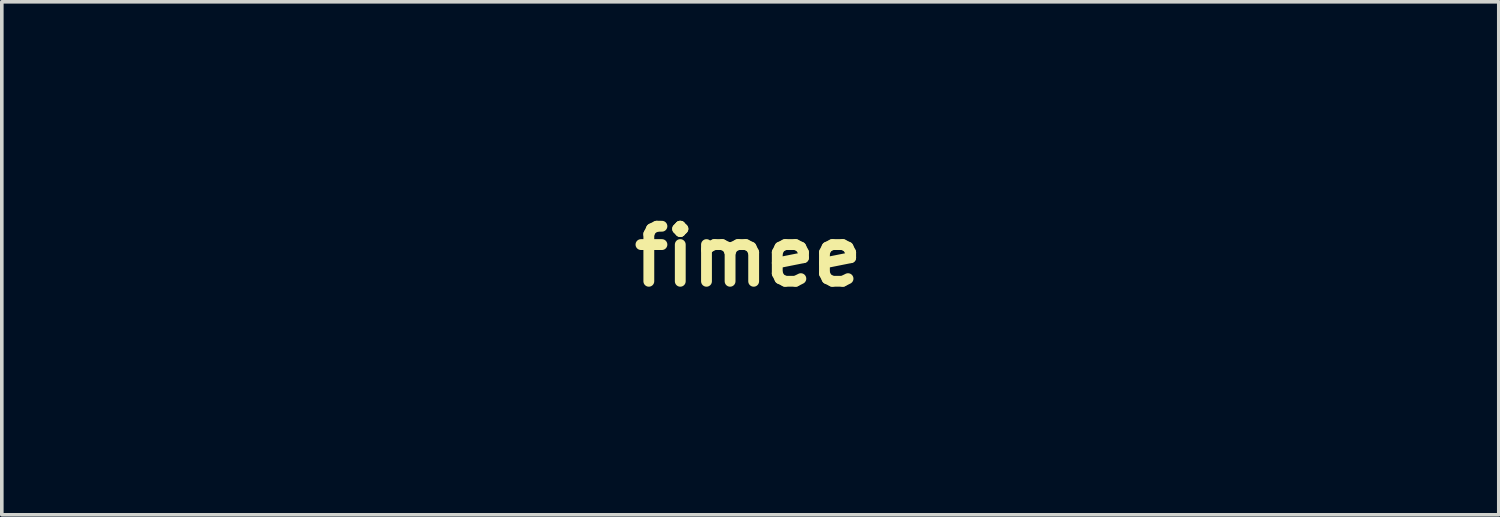
<source format=kicad_pcb>
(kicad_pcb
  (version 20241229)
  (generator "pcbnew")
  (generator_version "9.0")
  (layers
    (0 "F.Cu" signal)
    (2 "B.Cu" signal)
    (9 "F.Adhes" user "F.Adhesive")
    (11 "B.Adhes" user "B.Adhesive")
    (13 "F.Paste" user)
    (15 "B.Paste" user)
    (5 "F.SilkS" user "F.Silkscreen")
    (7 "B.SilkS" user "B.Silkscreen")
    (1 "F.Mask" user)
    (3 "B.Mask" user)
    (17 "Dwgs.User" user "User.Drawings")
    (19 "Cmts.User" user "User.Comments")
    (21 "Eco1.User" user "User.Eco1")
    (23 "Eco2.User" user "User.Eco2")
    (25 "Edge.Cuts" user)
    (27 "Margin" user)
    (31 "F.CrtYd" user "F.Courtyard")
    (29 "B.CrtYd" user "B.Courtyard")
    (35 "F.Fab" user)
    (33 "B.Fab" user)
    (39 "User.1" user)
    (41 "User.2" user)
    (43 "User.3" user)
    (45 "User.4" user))
  (footprint "fimee"
    (layer "F.Cu")
    (at 17.671 4.048)
    (property "Reference" "fimee" (at 0 0 0) (layer "F.SilkS") (effects (font (size 1.524 1.524) (thickness 0.3))))
    (attr through_hole)
    (fp_poly (pts (xy -15.071 2.667) (xy -15.113 2.709) (xy -15.155 2.667) (xy -15.113 2.625) (xy -15.071 2.667)) (stroke (width 0.01) (type solid)) (fill yes) (layer "F.Mask"))
    (fp_poly (pts (xy -13.801 3.683) (xy -13.843 3.725) (xy -13.885 3.683) (xy -13.843 3.641) (xy -13.801 3.683)) (stroke (width 0.01) (type solid)) (fill yes) (layer "F.Mask"))
    (fp_poly (pts (xy -10.668 -3.514) (xy -10.71 -3.471) (xy -10.753 -3.514) (xy -10.71 -3.556) (xy -10.668 -3.514)) (stroke (width 0.01) (type solid)) (fill yes) (layer "F.Mask"))
    (fp_poly (pts (xy -9.737 -3.683) (xy -9.779 -3.641) (xy -9.821 -3.683) (xy -9.779 -3.725) (xy -9.737 -3.683)) (stroke (width 0.01) (type solid)) (fill yes) (layer "F.Mask"))
    (fp_poly (pts (xy -8.297 4.106) (xy -8.34 4.149) (xy -8.382 4.106) (xy -8.34 4.064) (xy -8.297 4.106)) (stroke (width 0.01) (type solid)) (fill yes) (layer "F.Mask"))
    (fp_poly (pts (xy -5.588 -2.328) (xy -5.63 -2.286) (xy -5.673 -2.328) (xy -5.63 -2.371) (xy -5.588 -2.328)) (stroke (width 0.01) (type solid)) (fill yes) (layer "F.Mask"))
    (fp_poly (pts (xy -5.673 3.382) (xy -5.927 3.514) (xy -6.181 3.645) (xy -6.181 0.593) (xy -5.673 0.593) (xy -5.673 3.382)) (stroke (width 0.01) (type solid)) (fill yes) (layer "F.Mask"))
    (fp_poly (pts (xy -12.051 3.923) (xy -12.063 3.973) (xy -12.107 3.979) (xy -12.177 3.948) (xy -12.164 3.923) (xy -12.063 3.913) (xy -12.051 3.923)) (stroke (width 0.01) (type solid)) (fill yes) (layer "F.Mask"))
    (fp_poly (pts (xy -6.04 -2.427) (xy -6.029 -2.327) (xy -6.04 -2.314) (xy -6.09 -2.326) (xy -6.096 -2.371) (xy -6.065 -2.44) (xy -6.04 -2.427)) (stroke (width 0.01) (type solid)) (fill yes) (layer "F.Mask"))
    (fp_poly (pts (xy -5.532 -2.173) (xy -5.521 -2.073) (xy -5.532 -2.06) (xy -5.582 -2.072) (xy -5.588 -2.117) (xy -5.557 -2.186) (xy -5.532 -2.173)) (stroke (width 0.01) (type solid)) (fill yes) (layer "F.Mask"))
    (fp_poly (pts (xy -11.727 3.811) (xy -11.817 3.881) (xy -11.915 3.893) (xy -11.938 3.861) (xy -11.872 3.807) (xy -11.807 3.778) (xy -11.719 3.772) (xy -11.727 3.811)) (stroke (width 0.01) (type solid)) (fill yes) (layer "F.Mask"))
    (fp_poly (pts (xy -11.028 -3.691) (xy -10.868 -3.541) (xy -10.845 -3.476) (xy -10.867 -3.471) (xy -10.936 -3.528) (xy -11.057 -3.662) (xy -11.218 -3.852) (xy -11.028 -3.691)) (stroke (width 0.01) (type solid)) (fill yes) (layer "F.Mask"))
    (fp_poly (pts (xy -10.239 -3.341) (xy -10.165 -3.271) (xy -10.252 -3.246) (xy -10.283 -3.246) (xy -10.368 -3.283) (xy -10.362 -3.317) (xy -10.264 -3.352) (xy -10.239 -3.341)) (stroke (width 0.01) (type solid)) (fill yes) (layer "F.Mask"))
    (fp_poly (pts (xy -10.198 -2.822) (xy -10.212 -2.756) (xy -10.281 -2.637) (xy -10.325 -2.657) (xy -10.329 -2.704) (xy -10.268 -2.819) (xy -10.246 -2.836) (xy -10.198 -2.822)) (stroke (width 0.01) (type solid)) (fill yes) (layer "F.Mask"))
    (fp_poly (pts (xy -6.363 -3.014) (xy -6.272 -2.929) (xy -6.291 -2.879) (xy -6.303 -2.879) (xy -6.374 -2.939) (xy -6.4 -2.976) (xy -6.41 -3.034) (xy -6.363 -3.014)) (stroke (width 0.01) (type solid)) (fill yes) (layer "F.Mask"))
    (fp_poly (pts (xy -6.181 -2.743) (xy -6.17 -2.732) (xy -6.103 -2.621) (xy -6.112 -2.58) (xy -6.175 -2.606) (xy -6.218 -2.685) (xy -6.243 -2.783) (xy -6.181 -2.743)) (stroke (width 0.01) (type solid)) (fill yes) (layer "F.Mask"))
    (fp_poly (pts (xy -5.77 -2.167) (xy -5.68 -2.082) (xy -5.698 -2.033) (xy -5.71 -2.032) (xy -5.782 -2.092) (xy -5.808 -2.13) (xy -5.818 -2.188) (xy -5.77 -2.167)) (stroke (width 0.01) (type solid)) (fill yes) (layer "F.Mask"))
    (fp_poly (pts (xy -5.432 -1.913) (xy -5.341 -1.828) (xy -5.36 -1.779) (xy -5.371 -1.778) (xy -5.443 -1.838) (xy -5.469 -1.876) (xy -5.479 -1.934) (xy -5.432 -1.913)) (stroke (width 0.01) (type solid)) (fill yes) (layer "F.Mask"))
    (fp_poly (pts (xy -13.789 3.855) (xy -13.716 3.895) (xy -13.648 3.962) (xy -13.674 3.977) (xy -13.813 3.935) (xy -13.885 3.895) (xy -13.953 3.828) (xy -13.928 3.813) (xy -13.789 3.855)) (stroke (width 0.01) (type solid)) (fill yes) (layer "F.Mask"))
    (fp_poly (pts (xy -13.185 4.008) (xy -13.182 4.036) (xy -13.315 4.048) (xy -13.335 4.047) (xy -13.466 4.035) (xy -13.454 4.01) (xy -13.439 4.005) (xy -13.255 3.993) (xy -13.185 4.008)) (stroke (width 0.01) (type solid)) (fill yes) (layer "F.Mask"))
    (fp_poly (pts (xy -12.339 4.008) (xy -12.336 4.036) (xy -12.468 4.048) (xy -12.488 4.047) (xy -12.62 4.035) (xy -12.607 4.01) (xy -12.593 4.005) (xy -12.408 3.993) (xy -12.339 4.008)) (stroke (width 0.01) (type solid)) (fill yes) (layer "F.Mask"))
    (fp_poly (pts (xy -10.438 1.122) (xy -10.424 1.395) (xy -10.438 1.587) (xy -10.456 1.64) (xy -10.469 1.544) (xy -10.473 1.355) (xy -10.468 1.146) (xy -10.454 1.067) (xy -10.438 1.122)) (stroke (width 0.01) (type solid)) (fill yes) (layer "F.Mask"))
    (fp_poly (pts (xy -5.376 -1.714) (xy -5.218 -1.673) (xy -5.165 -1.641) (xy -5.237 -1.617) (xy -5.376 -1.609) (xy -5.536 -1.634) (xy -5.588 -1.682) (xy -5.518 -1.722) (xy -5.376 -1.714)) (stroke (width 0.01) (type solid)) (fill yes) (layer "F.Mask"))
    (fp_poly (pts (xy -10.69 -3.303) (xy -10.648 -3.236) (xy -10.55 -3.108) (xy -10.491 -3.084) (xy -10.458 -3.049) (xy -10.45 -2.959) (xy -10.482 -2.814) (xy -10.551 -2.824) (xy -10.606 -2.942) (xy -10.671 -3.151) (xy -10.707 -3.26) (xy -10.732 -3.353) (xy -10.69 -3.303)) (stroke (width 0.01) (type solid)) (fill yes) (layer "F.Mask"))
    (fp_poly (pts (xy -13.209 3.782) (xy -13.166 3.785) (xy -12.791 3.813) (xy -12.568 3.839) (xy -12.5 3.86) (xy -12.592 3.875) (xy -12.847 3.882) (xy -12.912 3.882) (xy -13.216 3.871) (xy -13.472 3.843) (xy -13.589 3.814) (xy -13.603 3.785) (xy -13.469 3.774) (xy -13.209 3.782)) (stroke (width 0.01) (type solid)) (fill yes) (layer "F.Mask"))
    (fp_poly (pts (xy -14.009 3.562) (xy -13.991 3.626) (xy -14.056 3.598) (xy -14.132 3.579) (xy -14.114 3.669) (xy -14.084 3.787) (xy -14.139 3.784) (xy -14.29 3.656) (xy -14.329 3.619) (xy -14.426 3.521) (xy -14.412 3.519) (xy -14.392 3.534) (xy -14.244 3.592) (xy -14.165 3.547) (xy -14.061 3.507) (xy -14.009 3.562)) (stroke (width 0.01) (type solid)) (fill yes) (layer "F.Mask"))
    (fp_poly (pts (xy -9.313 -3.709) (xy -9.543 -3.501) (xy -9.749 -3.322) (xy -9.91 -3.192) (xy -9.999 -3.129) (xy -9.994 -3.154) (xy -9.968 -3.183) (xy -9.837 -3.357) (xy -9.79 -3.482) (xy -9.799 -3.505) (xy -9.806 -3.55) (xy -9.779 -3.545) (xy -9.649 -3.563) (xy -9.483 -3.634) (xy -9.346 -3.703) (xy -9.313 -3.709) (xy -9.313 -3.709)) (stroke (width 0.01) (type solid)) (fill yes) (layer "F.Mask"))
    (fp_poly (pts (xy 10.028 -2.036) (xy 10.056 -1.806) (xy 10.072 -1.448) (xy 10.075 -1.143) (xy 10.068 -0.71) (xy 10.048 -0.391) (xy 10.017 -0.207) (xy 9.991 -0.169) (xy 9.953 -0.25) (xy 9.925 -0.48) (xy 9.909 -0.838) (xy 9.906 -1.143) (xy 9.913 -1.576) (xy 9.933 -1.895) (xy 9.964 -2.079) (xy 9.991 -2.117) (xy 10.028 -2.036)) (stroke (width 0.01) (type solid)) (fill yes) (layer "F.Mask"))
    (fp_poly (pts (xy -10.06 -3.975) (xy -9.731 -3.967) (xy -9.506 -3.954) (xy -9.415 -3.937) (xy -9.415 -3.934) (xy -9.52 -3.91) (xy -9.751 -3.891) (xy -10.068 -3.878) (xy -10.428 -3.871) (xy -10.79 -3.871) (xy -11.11 -3.878) (xy -11.348 -3.893) (xy -11.46 -3.915) (xy -11.418 -3.938) (xy -11.234 -3.957) (xy -10.938 -3.971) (xy -10.555 -3.978) (xy -10.463 -3.978) (xy -10.06 -3.975)) (stroke (width 0.01) (type solid)) (fill yes) (layer "F.Mask"))
    (fp_poly (pts (xy -5.939 -2.065) (xy -5.832 -1.925) (xy -5.728 -1.911) (xy -5.626 -1.906) (xy -5.63 -1.877) (xy -5.759 -1.811) (xy -5.764 -1.81) (xy -5.903 -1.778) (xy -5.878 -1.731) (xy -5.8 -1.693) (xy -5.685 -1.638) (xy -5.73 -1.619) (xy -5.821 -1.615) (xy -5.946 -1.633) (xy -5.997 -1.73) (xy -6.003 -1.926) (xy -5.99 -2.108) (xy -5.964 -2.13) (xy -5.939 -2.065)) (stroke (width 0.01) (type solid)) (fill yes) (layer "F.Mask"))
    (fp_poly (pts (xy 2.131 -2.09) (xy 2.169 -1.992) (xy 2.19 -1.796) (xy 2.2 -1.475) (xy 2.201 -1.19) (xy 2.193 -0.716) (xy 2.167 -0.4) (xy 2.121 -0.229) (xy 2.051 -0.193) (xy 2.001 -0.228) (xy 1.979 -0.33) (xy 1.962 -0.564) (xy 1.95 -0.893) (xy 1.947 -1.199) (xy 1.951 -1.613) (xy 1.965 -1.884) (xy 1.992 -2.04) (xy 2.037 -2.107) (xy 2.074 -2.117) (xy 2.131 -2.09)) (stroke (width 0.01) (type solid)) (fill yes) (layer "F.Mask"))
    (fp_poly (pts (xy 17.754 -1.494) (xy 17.759 -1.296) (xy 17.766 -0.707) (xy 17.769 -0.029) (xy 17.767 0.658) (xy 17.76 1.274) (xy 17.759 1.328) (xy 17.753 1.569) (xy 17.747 1.648) (xy 17.742 1.575) (xy 17.738 1.359) (xy 17.735 1.007) (xy 17.733 0.528) (xy 17.733 0.042) (xy 17.734 -0.538) (xy 17.736 -1) (xy 17.739 -1.335) (xy 17.743 -1.536) (xy 17.748 -1.592) (xy 17.754 -1.494)) (stroke (width 0.01) (type solid)) (fill yes) (layer "F.Mask"))
    (fp_poly (pts (xy -4.889 0.596) (xy -4.606 0.6) (xy -4.47 0.613) (xy -4.46 0.645) (xy -4.555 0.705) (xy -4.591 0.725) (xy -4.76 0.837) (xy -4.875 0.98) (xy -4.946 1.187) (xy -4.982 1.489) (xy -4.995 1.918) (xy -4.995 2.059) (xy -4.997 2.456) (xy -5.008 2.719) (xy -5.036 2.884) (xy -5.087 2.984) (xy -5.169 3.057) (xy -5.207 3.083) (xy -5.419 3.221) (xy -5.419 0.593) (xy -4.889 0.596)) (stroke (width 0.01) (type solid)) (fill yes) (layer "F.Mask"))
    (fp_poly (pts (xy -6.563 -3.462) (xy -6.451 -3.383) (xy -6.126 -3.088) (xy -5.823 -2.713) (xy -5.725 -2.561) (xy -5.672 -2.454) (xy -5.704 -2.465) (xy -5.804 -2.576) (xy -5.954 -2.77) (xy -6.004 -2.838) (xy -6.171 -3.045) (xy -6.313 -3.175) (xy -6.378 -3.199) (xy -6.471 -3.21) (xy -6.475 -3.22) (xy -6.435 -3.26) (xy -6.477 -3.302) (xy -6.502 -3.277) (xy -6.525 -3.323) (xy -6.604 -3.432) (xy -6.645 -3.502) (xy -6.563 -3.462)) (stroke (width 0.01) (type solid)) (fill yes) (layer "F.Mask"))
    (fp_poly (pts (xy -10.435 -2.593) (xy -10.424 -2.36) (xy -10.416 -2.021) (xy -10.412 -1.609) (xy -10.411 -1.155) (xy -10.413 -0.691) (xy -10.418 -0.25) (xy -10.426 0.138) (xy -10.436 0.44) (xy -10.45 0.625) (xy -10.459 0.666) (xy -10.471 0.598) (xy -10.482 0.385) (xy -10.49 0.051) (xy -10.496 -0.379) (xy -10.499 -0.881) (xy -10.499 -1.016) (xy -10.496 -1.531) (xy -10.49 -1.98) (xy -10.48 -2.339) (xy -10.468 -2.582) (xy -10.453 -2.687) (xy -10.45 -2.688) (xy -10.435 -2.593)) (stroke (width 0.01) (type solid)) (fill yes) (layer "F.Mask"))
    (fp_poly (pts (xy -15.36 3.239) (xy -15.218 3.334) (xy -15.142 3.345) (xy -15.065 3.374) (xy -14.919 3.496) (xy -14.858 3.557) (xy -14.712 3.729) (xy -14.679 3.807) (xy -14.752 3.775) (xy -14.894 3.648) (xy -15.024 3.54) (xy -15.091 3.52) (xy -15.164 3.487) (xy -15.225 3.429) (xy -15.155 3.429) (xy -15.113 3.471) (xy -15.071 3.429) (xy -15.113 3.387) (xy -15.155 3.429) (xy -15.225 3.429) (xy -15.297 3.361) (xy -15.331 3.323) (xy -15.44 3.194) (xy -15.432 3.182) (xy -15.36 3.239)) (stroke (width 0.01) (type solid)) (fill yes) (layer "F.Mask"))
    (fp_poly (pts (xy -3.36 -2.456) (xy -3.339 -2.209) (xy -3.322 -1.803) (xy -3.31 -1.244) (xy -3.303 -0.538) (xy -3.302 0.042) (xy -3.305 0.848) (xy -3.313 1.511) (xy -3.326 2.025) (xy -3.344 2.384) (xy -3.368 2.583) (xy -3.387 2.625) (xy -3.413 2.541) (xy -3.435 2.293) (xy -3.452 1.888) (xy -3.463 1.329) (xy -3.47 0.623) (xy -3.471 0.042) (xy -3.469 -0.764) (xy -3.46 -1.426) (xy -3.447 -1.94) (xy -3.429 -2.299) (xy -3.406 -2.499) (xy -3.387 -2.54) (xy -3.36 -2.456)) (stroke (width 0.01) (type solid)) (fill yes) (layer "F.Mask"))
    (fp_poly (pts (xy 10.487 0.784) (xy 10.504 1.081) (xy 10.508 1.215) (xy 10.503 1.561) (xy 10.464 1.785) (xy 10.382 1.935) (xy 10.37 1.95) (xy 10.147 2.083) (xy 9.862 2.118) (xy 9.587 2.053) (xy 9.44 1.947) (xy 9.353 1.82) (xy 9.388 1.786) (xy 9.524 1.851) (xy 9.605 1.908) (xy 9.863 2.023) (xy 10.11 1.969) (xy 10.245 1.863) (xy 10.342 1.728) (xy 10.394 1.538) (xy 10.413 1.244) (xy 10.414 1.129) (xy 10.421 0.802) (xy 10.44 0.639) (xy 10.463 0.635) (xy 10.487 0.784)) (stroke (width 0.01) (type solid)) (fill yes) (layer "F.Mask"))
    (fp_poly (pts (xy 14.613 0.604) (xy 14.823 0.634) (xy 14.901 0.677) (xy 14.901 0.677) (xy 14.828 0.737) (xy 14.65 0.762) (xy 14.647 0.762) (xy 14.393 0.762) (xy 14.393 1.439) (xy 14.383 1.775) (xy 14.356 2.01) (xy 14.316 2.114) (xy 14.309 2.117) (xy 14.267 2.037) (xy 14.237 1.821) (xy 14.224 1.5) (xy 14.224 1.439) (xy 14.224 0.762) (xy 13.97 0.762) (xy 13.792 0.737) (xy 13.716 0.678) (xy 13.716 0.677) (xy 13.794 0.634) (xy 14.004 0.604) (xy 14.308 0.593) (xy 14.309 0.593) (xy 14.613 0.604)) (stroke (width 0.01) (type solid)) (fill yes) (layer "F.Mask"))
    (fp_poly (pts (xy -7.798 -3.566) (xy -7.308 -3.377) (xy -6.885 -3.07) (xy -6.555 -2.659) (xy -6.345 -2.162) (xy -6.297 -1.926) (xy -6.242 -1.524) (xy -6.55 -1.524) (xy -6.754 -1.536) (xy -6.84 -1.603) (xy -6.858 -1.772) (xy -6.858 -1.802) (xy -6.925 -2.156) (xy -7.103 -2.54) (xy -7.361 -2.893) (xy -7.56 -3.082) (xy -7.921 -3.277) (xy -8.359 -3.378) (xy -8.808 -3.379) (xy -9.204 -3.271) (xy -9.237 -3.256) (xy -9.413 -3.17) (xy -9.464 -3.166) (xy -9.413 -3.242) (xy -9.27 -3.346) (xy -9.031 -3.461) (xy -8.872 -3.52) (xy -8.328 -3.618) (xy -7.798 -3.566)) (stroke (width 0.01) (type solid)) (fill yes) (layer "F.Mask"))
    (fp_poly (pts (xy -1.391 0.647) (xy -1.072 0.802) (xy -0.879 1.048) (xy -0.865 1.085) (xy -0.806 1.45) (xy -0.896 1.751) (xy -1.123 1.97) (xy -1.473 2.094) (xy -1.747 2.117) (xy -2.201 2.117) (xy -2.201 0.753) (xy -2.126 0.753) (xy -2.091 1.947) (xy -1.687 1.947) (xy -1.363 1.914) (xy -1.157 1.822) (xy -1.149 1.814) (xy -0.981 1.545) (xy -0.971 1.254) (xy -1.077 1.03) (xy -1.215 0.887) (xy -1.396 0.812) (xy -1.682 0.779) (xy -1.685 0.779) (xy -2.126 0.753) (xy -2.201 0.753) (xy -2.201 0.593) (xy -1.816 0.593) (xy -1.391 0.647)) (stroke (width 0.01) (type solid)) (fill yes) (layer "F.Mask"))
    (fp_poly (pts (xy 5.612 -2.106) (xy 5.835 -2.078) (xy 5.926 -2.036) (xy 5.927 -2.032) (xy 5.849 -1.988) (xy 5.642 -1.958) (xy 5.371 -1.947) (xy 4.816 -1.947) (xy 4.842 -1.63) (xy 4.868 -1.312) (xy 5.334 -1.27) (xy 5.592 -1.229) (xy 5.693 -1.178) (xy 5.648 -1.133) (xy 5.467 -1.108) (xy 5.226 -1.114) (xy 4.868 -1.14) (xy 4.868 -0.4) (xy 5.397 -0.403) (xy 5.705 -0.395) (xy 5.872 -0.361) (xy 5.926 -0.295) (xy 5.927 -0.288) (xy 5.886 -0.224) (xy 5.744 -0.187) (xy 5.474 -0.171) (xy 5.292 -0.169) (xy 4.657 -0.169) (xy 4.657 -2.117) (xy 5.292 -2.117) (xy 5.612 -2.106)) (stroke (width 0.01) (type solid)) (fill yes) (layer "F.Mask"))
    (fp_poly (pts (xy 0.271 0.606) (xy 0.454 0.639) (xy 0.508 0.677) (xy 0.432 0.726) (xy 0.237 0.756) (xy 0.085 0.762) (xy -0.166 0.768) (xy -0.291 0.802) (xy -0.334 0.89) (xy -0.339 1.011) (xy -0.324 1.169) (xy -0.248 1.248) (xy -0.065 1.284) (xy 0.021 1.293) (xy 0.381 1.325) (xy 0.021 1.34) (xy -0.204 1.357) (xy -0.308 1.412) (xy -0.337 1.544) (xy -0.339 1.651) (xy -0.339 1.947) (xy 0.085 1.947) (xy 0.326 1.963) (xy 0.479 2.002) (xy 0.508 2.032) (xy 0.431 2.077) (xy 0.229 2.108) (xy 0 2.117) (xy -0.508 2.117) (xy -0.508 0.593) (xy 0 0.593) (xy 0.271 0.606)) (stroke (width 0.01) (type solid)) (fill yes) (layer "F.Mask"))
    (fp_poly (pts (xy 4.372 0.668) (xy 4.401 0.863) (xy 4.405 1.13) (xy 4.388 1.422) (xy 4.351 1.689) (xy 4.294 1.886) (xy 4.271 1.928) (xy 4.084 2.065) (xy 3.814 2.12) (xy 3.529 2.087) (xy 3.341 1.998) (xy 3.252 1.897) (xy 3.195 1.728) (xy 3.16 1.452) (xy 3.147 1.236) (xy 3.139 0.861) (xy 3.163 0.649) (xy 3.208 0.593) (xy 3.263 0.674) (xy 3.295 0.908) (xy 3.302 1.172) (xy 3.331 1.586) (xy 3.424 1.856) (xy 3.59 1.999) (xy 3.782 2.032) (xy 4.002 1.971) (xy 4.147 1.78) (xy 4.22 1.449) (xy 4.233 1.157) (xy 4.245 0.864) (xy 4.276 0.663) (xy 4.318 0.593) (xy 4.372 0.668)) (stroke (width 0.01) (type solid)) (fill yes) (layer "F.Mask"))
    (fp_poly (pts (xy 6.423 0.656) (xy 6.576 0.827) (xy 6.773 1.074) (xy 6.871 1.204) (xy 7.324 1.815) (xy 7.349 1.204) (xy 7.375 0.845) (xy 7.413 0.649) (xy 7.456 0.608) (xy 7.495 0.718) (xy 7.524 0.972) (xy 7.535 1.355) (xy 7.527 1.713) (xy 7.503 1.973) (xy 7.467 2.106) (xy 7.452 2.117) (xy 7.367 2.053) (xy 7.211 1.883) (xy 7.012 1.638) (xy 6.923 1.52) (xy 6.477 0.924) (xy 6.452 1.52) (xy 6.426 1.873) (xy 6.387 2.065) (xy 6.345 2.101) (xy 6.305 1.989) (xy 6.276 1.734) (xy 6.265 1.355) (xy 6.273 1.019) (xy 6.294 0.759) (xy 6.325 0.612) (xy 6.342 0.593) (xy 6.423 0.656)) (stroke (width 0.01) (type solid)) (fill yes) (layer "F.Mask"))
    (fp_poly (pts (xy 12.094 1.193) (xy 12.093 1.543) (xy 12.069 1.766) (xy 12.014 1.906) (xy 11.952 1.977) (xy 11.721 2.094) (xy 11.444 2.115) (xy 11.189 2.043) (xy 11.054 1.928) (xy 10.991 1.768) (xy 10.947 1.519) (xy 10.923 1.231) (xy 10.92 0.95) (xy 10.94 0.725) (xy 10.985 0.602) (xy 11.007 0.593) (xy 11.049 0.671) (xy 11.079 0.884) (xy 11.091 1.197) (xy 11.091 1.225) (xy 11.098 1.559) (xy 11.123 1.765) (xy 11.175 1.882) (xy 11.255 1.944) (xy 11.511 2.026) (xy 11.743 1.96) (xy 11.816 1.912) (xy 11.911 1.801) (xy 11.975 1.61) (xy 12.019 1.301) (xy 12.03 1.171) (xy 12.08 0.55) (xy 12.094 1.193)) (stroke (width 0.01) (type solid)) (fill yes) (layer "F.Mask"))
    (fp_poly (pts (xy -8.177 -3.956) (xy -7.77 -3.918) (xy -7.41 -3.855) (xy -7.133 -3.776) (xy -6.97 -3.687) (xy -6.943 -3.633) (xy -6.894 -3.58) (xy -6.872 -3.59) (xy -6.81 -3.564) (xy -6.802 -3.51) (xy -6.805 -3.401) (xy -6.809 -3.389) (xy -6.871 -3.439) (xy -7.01 -3.555) (xy -7.014 -3.558) (xy -7.227 -3.688) (xy -7.502 -3.8) (xy -7.563 -3.817) (xy -7.865 -3.864) (xy -8.25 -3.876) (xy -8.646 -3.856) (xy -8.981 -3.807) (xy -9.102 -3.772) (xy -9.205 -3.742) (xy -9.162 -3.787) (xy -9.153 -3.793) (xy -9.088 -3.866) (xy -9.179 -3.908) (xy -9.195 -3.912) (xy -9.19 -3.928) (xy -9.043 -3.945) (xy -8.782 -3.958) (xy -8.597 -3.964) (xy -8.177 -3.956)) (stroke (width 0.01) (type solid)) (fill yes) (layer "F.Mask"))
    (fp_poly (pts (xy 11.312 -2.103) (xy 11.647 -2.081) (xy 11.864 -2.044) (xy 12.013 -1.975) (xy 12.145 -1.857) (xy 12.201 -1.796) (xy 12.4 -1.457) (xy 12.441 -1.08) (xy 12.323 -0.693) (xy 12.281 -0.619) (xy 12.048 -0.381) (xy 11.691 -0.233) (xy 11.199 -0.172) (xy 11.07 -0.17) (xy 10.668 -0.169) (xy 10.668 -1.947) (xy 10.837 -1.947) (xy 10.837 -0.435) (xy 11.07 -0.403) (xy 11.518 -0.404) (xy 11.878 -0.546) (xy 12.044 -0.687) (xy 12.228 -0.947) (xy 12.263 -1.206) (xy 12.155 -1.513) (xy 12.149 -1.526) (xy 11.987 -1.756) (xy 11.767 -1.888) (xy 11.447 -1.943) (xy 11.266 -1.947) (xy 10.837 -1.947) (xy 10.668 -1.947) (xy 10.668 -2.135) (xy 11.312 -2.103)) (stroke (width 0.01) (type solid)) (fill yes) (layer "F.Mask"))
    (fp_poly (pts (xy 16.193 0.712) (xy 16.418 0.919) (xy 16.555 1.231) (xy 16.566 1.287) (xy 16.58 1.51) (xy 16.515 1.679) (xy 16.358 1.859) (xy 16.047 2.074) (xy 15.722 2.131) (xy 15.411 2.032) (xy 15.197 1.846) (xy 15.046 1.627) (xy 15.003 1.423) (xy 15.017 1.275) (xy 15.167 1.275) (xy 15.204 1.585) (xy 15.204 1.586) (xy 15.368 1.834) (xy 15.617 1.969) (xy 15.9 1.983) (xy 16.169 1.867) (xy 16.277 1.765) (xy 16.416 1.488) (xy 16.408 1.198) (xy 16.264 0.94) (xy 16.012 0.766) (xy 15.716 0.72) (xy 15.455 0.81) (xy 15.262 1.006) (xy 15.167 1.275) (xy 15.017 1.275) (xy 15.017 1.275) (xy 15.137 0.949) (xy 15.351 0.73) (xy 15.623 0.618) (xy 15.916 0.612) (xy 16.193 0.712)) (stroke (width 0.01) (type solid)) (fill yes) (layer "F.Mask"))
    (fp_poly (pts (xy 15.771 -2.08) (xy 16.123 -1.962) (xy 16.366 -1.752) (xy 16.481 -1.547) (xy 16.567 -1.153) (xy 16.497 -0.796) (xy 16.284 -0.5) (xy 15.941 -0.291) (xy 15.826 -0.252) (xy 15.566 -0.2) (xy 15.274 -0.174) (xy 15.007 -0.175) (xy 14.825 -0.205) (xy 14.788 -0.226) (xy 14.765 -0.329) (xy 14.761 -0.381) (xy 14.986 -0.381) (xy 15.303 -0.396) (xy 15.557 -0.408) (xy 15.757 -0.417) (xy 15.773 -0.417) (xy 16.002 -0.503) (xy 16.195 -0.71) (xy 16.317 -0.988) (xy 16.341 -1.174) (xy 16.268 -1.513) (xy 16.059 -1.763) (xy 15.73 -1.911) (xy 15.403 -1.947) (xy 14.986 -1.947) (xy 14.986 -0.381) (xy 14.761 -0.381) (xy 14.747 -0.564) (xy 14.735 -0.893) (xy 14.732 -1.199) (xy 14.732 -2.117) (xy 15.287 -2.117) (xy 15.771 -2.08)) (stroke (width 0.01) (type solid)) (fill yes) (layer "F.Mask"))
    (fp_poly (pts (xy 2.711 -2.04) (xy 2.812 -1.855) (xy 2.951 -1.541) (xy 3.045 -1.312) (xy 3.176 -0.997) (xy 3.29 -0.743) (xy 3.367 -0.59) (xy 3.382 -0.568) (xy 3.439 -0.611) (xy 3.541 -0.782) (xy 3.672 -1.051) (xy 3.767 -1.269) (xy 3.946 -1.679) (xy 4.079 -1.945) (xy 4.179 -2.085) (xy 4.254 -2.114) (xy 4.284 -2.095) (xy 4.268 -2.007) (xy 4.198 -1.804) (xy 4.09 -1.522) (xy 3.959 -1.199) (xy 3.821 -0.875) (xy 3.691 -0.585) (xy 3.587 -0.369) (xy 3.531 -0.275) (xy 3.422 -0.18) (xy 3.384 -0.169) (xy 3.328 -0.243) (xy 3.222 -0.443) (xy 3.083 -0.739) (xy 2.925 -1.1) (xy 2.922 -1.108) (xy 2.773 -1.474) (xy 2.658 -1.783) (xy 2.589 -2.001) (xy 2.576 -2.096) (xy 2.577 -2.097) (xy 2.636 -2.114) (xy 2.711 -2.04)) (stroke (width 0.01) (type solid)) (fill yes) (layer "F.Mask"))
    (fp_poly (pts (xy -17.082 -4.028) (xy -16.341 -4.022) (xy -16.34 -1.143) (xy -16.337 -0.265) (xy -16.33 0.462) (xy -16.316 1.057) (xy -16.294 1.538) (xy -16.261 1.926) (xy -16.216 2.237) (xy -16.156 2.49) (xy -16.081 2.705) (xy -15.988 2.9) (xy -15.927 3.009) (xy -15.802 3.241) (xy -15.781 3.34) (xy -15.862 3.303) (xy -16.044 3.131) (xy -16.064 3.11) (xy -16.269 2.859) (xy -16.468 2.556) (xy -16.524 2.455) (xy -16.578 2.346) (xy -16.622 2.237) (xy -16.656 2.109) (xy -16.682 1.942) (xy -16.702 1.717) (xy -16.716 1.413) (xy -16.727 1.012) (xy -16.735 0.494) (xy -16.742 -0.16) (xy -16.747 -0.688) (xy -16.772 -3.45) (xy -16.987 -3.651) (xy -17.22 -3.815) (xy -17.495 -3.938) (xy -17.512 -3.943) (xy -17.642 -3.986) (xy -17.666 -4.012) (xy -17.565 -4.026) (xy -17.324 -4.029) (xy -17.082 -4.028)) (stroke (width 0.01) (type solid)) (fill yes) (layer "F.Mask"))
    (fp_poly (pts (xy -0.691 -2.074) (xy -0.666 -1.929) (xy -0.663 -1.659) (xy -0.677 -1.305) (xy -0.702 -0.919) (xy -0.732 -0.664) (xy -0.779 -0.502) (xy -0.851 -0.394) (xy -0.92 -0.331) (xy -1.212 -0.191) (xy -1.548 -0.174) (xy -1.86 -0.276) (xy -1.994 -0.377) (xy -2.093 -0.492) (xy -2.155 -0.619) (xy -2.187 -0.802) (xy -2.2 -1.084) (xy -2.201 -1.351) (xy -2.192 -1.717) (xy -2.168 -1.979) (xy -2.131 -2.108) (xy -2.117 -2.117) (xy -2.074 -2.038) (xy -2.044 -1.824) (xy -2.032 -1.51) (xy -2.032 -1.476) (xy -2.01 -0.998) (xy -1.937 -0.666) (xy -1.802 -0.458) (xy -1.596 -0.358) (xy -1.418 -0.34) (xy -1.171 -0.379) (xy -1.001 -0.512) (xy -0.899 -0.76) (xy -0.852 -1.143) (xy -0.847 -1.397) (xy -0.838 -1.778) (xy -0.812 -2.01) (xy -0.764 -2.109) (xy -0.741 -2.117) (xy -0.691 -2.074)) (stroke (width 0.01) (type solid)) (fill yes) (layer "F.Mask"))
    (fp_poly (pts (xy 8.583 0.666) (xy 8.688 0.859) (xy 8.823 1.136) (xy 8.972 1.463) (xy 9.117 1.801) (xy 9.215 2.044) (xy 9.219 2.125) (xy 9.153 2.108) (xy 9.059 2.017) (xy 8.99 1.905) (xy 8.903 1.771) (xy 8.765 1.709) (xy 8.519 1.693) (xy 8.509 1.693) (xy 8.259 1.708) (xy 8.118 1.768) (xy 8.03 1.899) (xy 8.028 1.905) (xy 7.929 2.066) (xy 7.854 2.112) (xy 7.836 2.036) (xy 7.868 1.926) (xy 8.004 1.598) (xy 8.038 1.522) (xy 8.232 1.522) (xy 8.325 1.593) (xy 8.509 1.609) (xy 8.705 1.59) (xy 8.803 1.544) (xy 8.805 1.534) (xy 8.775 1.415) (xy 8.699 1.208) (xy 8.669 1.134) (xy 8.533 0.808) (xy 8.376 1.103) (xy 8.251 1.368) (xy 8.232 1.522) (xy 8.038 1.522) (xy 8.153 1.266) (xy 8.299 0.966) (xy 8.423 0.734) (xy 8.507 0.607) (xy 8.527 0.593) (xy 8.583 0.666)) (stroke (width 0.01) (type solid)) (fill yes) (layer "F.Mask"))
    (fp_poly (pts (xy 1.363 -2.096) (xy 1.402 -2.014) (xy 1.425 -1.845) (xy 1.436 -1.56) (xy 1.439 -1.136) (xy 1.435 -0.696) (xy 1.42 -0.404) (xy 1.392 -0.241) (xy 1.349 -0.187) (xy 1.333 -0.189) (xy 1.243 -0.266) (xy 1.076 -0.451) (xy 0.857 -0.715) (xy 0.635 -1) (xy 0.042 -1.777) (xy 0.018 -0.973) (xy -0.004 -0.547) (xy -0.037 -0.285) (xy -0.074 -0.182) (xy -0.111 -0.233) (xy -0.143 -0.434) (xy -0.164 -0.78) (xy -0.169 -1.143) (xy -0.165 -1.583) (xy -0.149 -1.876) (xy -0.121 -2.045) (xy -0.076 -2.113) (xy -0.057 -2.117) (xy 0.035 -2.052) (xy 0.198 -1.875) (xy 0.408 -1.616) (xy 0.599 -1.359) (xy 0.822 -1.054) (xy 1.008 -0.806) (xy 1.137 -0.645) (xy 1.185 -0.597) (xy 1.201 -0.673) (xy 1.207 -0.881) (xy 1.204 -1.183) (xy 1.198 -1.355) (xy 1.188 -1.721) (xy 1.194 -1.949) (xy 1.222 -2.069) (xy 1.274 -2.114) (xy 1.304 -2.117) (xy 1.363 -2.096)) (stroke (width 0.01) (type solid)) (fill yes) (layer "F.Mask"))
    (fp_poly (pts (xy 2.556 0.692) (xy 2.606 0.724) (xy 2.767 0.863) (xy 2.783 0.934) (xy 2.671 0.921) (xy 2.496 0.834) (xy 2.281 0.725) (xy 2.117 0.709) (xy 1.942 0.764) (xy 1.668 0.948) (xy 1.538 1.219) (xy 1.524 1.373) (xy 1.597 1.661) (xy 1.785 1.876) (xy 2.044 1.993) (xy 2.329 1.987) (xy 2.501 1.911) (xy 2.672 1.741) (xy 2.703 1.575) (xy 2.597 1.452) (xy 2.477 1.415) (xy 2.357 1.392) (xy 2.391 1.377) (xy 2.561 1.367) (xy 2.879 1.355) (xy 2.879 1.736) (xy 2.861 1.965) (xy 2.815 2.1) (xy 2.789 2.117) (xy 2.743 2.063) (xy 2.761 2.018) (xy 2.768 1.958) (xy 2.66 1.989) (xy 2.466 2.047) (xy 2.211 2.093) (xy 2.182 2.097) (xy 1.95 2.099) (xy 1.769 2.019) (xy 1.611 1.878) (xy 1.4 1.579) (xy 1.358 1.277) (xy 1.484 0.978) (xy 1.602 0.84) (xy 1.902 0.643) (xy 2.234 0.592) (xy 2.556 0.692)) (stroke (width 0.01) (type solid)) (fill yes) (layer "F.Mask"))
    (fp_poly (pts (xy 5.371 0.712) (xy 5.5 0.956) (xy 5.675 1.345) (xy 5.707 1.418) (xy 5.829 1.725) (xy 5.908 1.963) (xy 5.933 2.098) (xy 5.921 2.117) (xy 5.833 2.047) (xy 5.757 1.905) (xy 5.683 1.772) (xy 5.556 1.71) (xy 5.323 1.693) (xy 5.292 1.693) (xy 5.042 1.708) (xy 4.901 1.768) (xy 4.813 1.899) (xy 4.811 1.905) (xy 4.72 2.047) (xy 4.626 2.126) (xy 4.573 2.106) (xy 4.572 2.089) (xy 4.604 2.001) (xy 4.686 1.801) (xy 4.8 1.531) (xy 5.015 1.531) (xy 5.103 1.595) (xy 5.297 1.609) (xy 5.495 1.598) (xy 5.562 1.544) (xy 5.541 1.418) (xy 5.455 1.192) (xy 5.372 1.016) (xy 5.261 0.804) (xy 5.128 1.119) (xy 5.027 1.384) (xy 5.015 1.531) (xy 4.8 1.531) (xy 4.8 1.531) (xy 4.929 1.235) (xy 5.053 0.954) (xy 5.153 0.731) (xy 5.213 0.609) (xy 5.219 0.598) (xy 5.28 0.597) (xy 5.371 0.712)) (stroke (width 0.01) (type solid)) (fill yes) (layer "F.Mask"))
    (fp_poly (pts (xy 7.279 -2.081) (xy 7.537 -1.967) (xy 7.673 -1.763) (xy 7.705 -1.524) (xy 7.668 -1.251) (xy 7.543 -1.082) (xy 7.527 -1.071) (xy 7.35 -0.946) (xy 7.578 -0.558) (xy 7.703 -0.313) (xy 7.728 -0.193) (xy 7.666 -0.198) (xy 7.532 -0.33) (xy 7.366 -0.55) (xy 7.185 -0.784) (xy 7.031 -0.9) (xy 6.857 -0.931) (xy 6.854 -0.931) (xy 6.7 -0.92) (xy 6.627 -0.855) (xy 6.605 -0.691) (xy 6.604 -0.55) (xy 6.587 -0.323) (xy 6.545 -0.187) (xy 6.519 -0.169) (xy 6.482 -0.25) (xy 6.454 -0.48) (xy 6.438 -0.838) (xy 6.435 -1.143) (xy 6.435 -1.947) (xy 6.604 -1.947) (xy 6.604 -1.101) (xy 6.915 -1.101) (xy 7.167 -1.138) (xy 7.367 -1.229) (xy 7.38 -1.241) (xy 7.522 -1.449) (xy 7.514 -1.653) (xy 7.378 -1.823) (xy 7.131 -1.928) (xy 6.937 -1.947) (xy 6.604 -1.947) (xy 6.435 -1.947) (xy 6.435 -2.117) (xy 6.881 -2.117) (xy 7.279 -2.081)) (stroke (width 0.01) (type solid)) (fill yes) (layer "F.Mask"))
    (fp_poly (pts (xy 9.058 -2.087) (xy 9.285 -1.925) (xy 9.345 -1.846) (xy 9.405 -1.697) (xy 9.356 -1.653) (xy 9.226 -1.717) (xy 9.114 -1.815) (xy 8.904 -1.986) (xy 8.72 -2.017) (xy 8.509 -1.916) (xy 8.486 -1.9) (xy 8.325 -1.735) (xy 8.333 -1.581) (xy 8.51 -1.437) (xy 8.615 -1.387) (xy 9.017 -1.208) (xy 9.28 -1.06) (xy 9.426 -0.922) (xy 9.478 -0.774) (xy 9.458 -0.593) (xy 9.455 -0.578) (xy 9.322 -0.36) (xy 9.086 -0.223) (xy 8.796 -0.175) (xy 8.501 -0.224) (xy 8.25 -0.379) (xy 8.247 -0.382) (xy 8.12 -0.544) (xy 8.083 -0.669) (xy 8.089 -0.682) (xy 8.177 -0.69) (xy 8.325 -0.573) (xy 8.343 -0.555) (xy 8.587 -0.383) (xy 8.851 -0.34) (xy 9.084 -0.425) (xy 9.178 -0.522) (xy 9.257 -0.709) (xy 9.198 -0.871) (xy 8.991 -1.022) (xy 8.715 -1.144) (xy 8.381 -1.298) (xy 8.196 -1.457) (xy 8.137 -1.647) (xy 8.158 -1.801) (xy 8.285 -2.008) (xy 8.51 -2.126) (xy 8.783 -2.153) (xy 9.058 -2.087)) (stroke (width 0.01) (type solid)) (fill yes) (layer "F.Mask"))
    (fp_poly (pts (xy 13.074 0.676) (xy 13.177 0.854) (xy 13.307 1.106) (xy 13.445 1.393) (xy 13.572 1.674) (xy 13.668 1.908) (xy 13.715 2.054) (xy 13.716 2.07) (xy 13.681 2.131) (xy 13.603 2.082) (xy 13.529 1.958) (xy 13.512 1.905) (xy 13.461 1.776) (xy 13.358 1.714) (xy 13.155 1.694) (xy 13.051 1.693) (xy 12.793 1.706) (xy 12.648 1.758) (xy 12.561 1.874) (xy 12.546 1.905) (xy 12.449 2.061) (xy 12.368 2.117) (xy 12.364 2.046) (xy 12.422 1.854) (xy 12.529 1.576) (xy 12.539 1.554) (xy 12.727 1.554) (xy 12.808 1.598) (xy 13.021 1.609) (xy 13.037 1.609) (xy 13.247 1.595) (xy 13.358 1.562) (xy 13.363 1.545) (xy 13.316 1.431) (xy 13.236 1.227) (xy 13.212 1.164) (xy 13.106 0.932) (xy 13.021 0.862) (xy 12.941 0.949) (xy 12.886 1.079) (xy 12.802 1.305) (xy 12.742 1.46) (xy 12.727 1.554) (xy 12.539 1.554) (xy 12.615 1.378) (xy 12.764 1.056) (xy 12.895 0.8) (xy 12.989 0.644) (xy 13.018 0.614) (xy 13.074 0.676)) (stroke (width 0.01) (type solid)) (fill yes) (layer "F.Mask"))
    (fp_poly (pts (xy -6.454 2.18) (xy -6.477 3.767) (xy -6.816 3.881) (xy -7.013 3.933) (xy -7.28 3.982) (xy -7.574 4.024) (xy -7.854 4.055) (xy -8.077 4.07) (xy -8.203 4.063) (xy -8.213 4.044) (xy -8.097 3.96) (xy -7.955 3.891) (xy -7.846 3.859) (xy -7.826 3.886) (xy -7.842 3.971) (xy -7.76 3.975) (xy -7.623 3.912) (xy -7.476 3.794) (xy -7.465 3.783) (xy -7.32 3.605) (xy -7.289 3.516) (xy -7.367 3.534) (xy -7.514 3.646) (xy -7.609 3.722) (xy -7.584 3.679) (xy -7.455 3.534) (xy -7.27 3.342) (xy -7.151 3.236) (xy -7.114 3.226) (xy -7.175 3.323) (xy -7.207 3.365) (xy -7.281 3.465) (xy -7.238 3.446) (xy -7.172 3.394) (xy -7.069 3.257) (xy -7.063 3.161) (xy -7.063 3.061) (xy -7.034 3.048) (xy -6.977 2.973) (xy -6.898 2.776) (xy -6.814 2.503) (xy -6.709 1.937) (xy -6.716 1.451) (xy -6.832 1.06) (xy -7.053 0.781) (xy -7.239 0.673) (xy -7.283 0.632) (xy -7.17 0.608) (xy -6.92 0.598) (xy -6.431 0.593) (xy -6.454 2.18)) (stroke (width 0.01) (type solid)) (fill yes) (layer "F.Mask"))
    (fp_poly (pts (xy 13.56 -2.045) (xy 13.671 -1.853) (xy 13.813 -1.579) (xy 13.97 -1.258) (xy 14.124 -0.927) (xy 14.257 -0.622) (xy 14.352 -0.38) (xy 14.393 -0.238) (xy 14.393 -0.23) (xy 14.355 -0.158) (xy 14.266 -0.199) (xy 14.17 -0.325) (xy 14.13 -0.415) (xy 14.036 -0.589) (xy 13.877 -0.669) (xy 13.732 -0.69) (xy 13.354 -0.708) (xy 13.104 -0.667) (xy 12.947 -0.557) (xy 12.867 -0.419) (xy 12.769 -0.245) (xy 12.676 -0.167) (xy 12.62 -0.208) (xy 12.615 -0.252) (xy 12.649 -0.389) (xy 12.74 -0.626) (xy 12.87 -0.928) (xy 12.874 -0.937) (xy 13.123 -0.937) (xy 13.199 -0.882) (xy 13.394 -0.85) (xy 13.504 -0.847) (xy 13.77 -0.869) (xy 13.878 -0.935) (xy 13.88 -0.953) (xy 13.844 -1.085) (xy 13.758 -1.311) (xy 13.686 -1.477) (xy 13.497 -1.896) (xy 13.31 -1.461) (xy 13.207 -1.206) (xy 13.139 -1.009) (xy 13.123 -0.937) (xy 12.874 -0.937) (xy 13.021 -1.257) (xy 13.177 -1.578) (xy 13.32 -1.852) (xy 13.433 -2.044) (xy 13.498 -2.117) (xy 13.498 -2.117) (xy 13.56 -2.045)) (stroke (width 0.01) (type solid)) (fill yes) (layer "F.Mask"))
    (fp_poly (pts (xy -10.532 1.944) (xy -10.525 1.97) (xy -10.529 2.188) (xy -10.612 2.489) (xy -10.751 2.82) (xy -10.927 3.125) (xy -11.014 3.242) (xy -11.175 3.417) (xy -11.341 3.568) (xy -11.482 3.675) (xy -11.568 3.714) (xy -11.569 3.663) (xy -11.553 3.635) (xy -11.522 3.578) (xy -11.539 3.56) (xy -11.633 3.589) (xy -11.833 3.671) (xy -12.044 3.761) (xy -12.24 3.837) (xy -12.352 3.863) (xy -12.361 3.857) (xy -12.291 3.804) (xy -12.111 3.71) (xy -11.962 3.641) (xy -11.737 3.531) (xy -11.481 3.531) (xy -11.451 3.556) (xy -11.331 3.498) (xy -11.261 3.429) (xy -11.21 3.327) (xy -11.24 3.302) (xy -11.36 3.36) (xy -11.43 3.429) (xy -11.481 3.531) (xy -11.737 3.531) (xy -11.701 3.513) (xy -11.489 3.388) (xy -11.423 3.338) (xy -11.281 3.246) (xy -11.208 3.235) (xy -11.112 3.197) (xy -11.1 3.175) (xy -11.009 3.056) (xy -10.93 2.987) (xy -10.849 2.904) (xy -10.86 2.881) (xy -10.865 2.813) (xy -10.803 2.644) (xy -10.754 2.543) (xy -10.645 2.29) (xy -10.58 2.065) (xy -10.574 2.014) (xy -10.559 1.898) (xy -10.532 1.944)) (stroke (width 0.01) (type solid)) (fill yes) (layer "F.Mask"))
    (fp_poly (pts (xy -15.732 -3.992) (xy -15.709 -3.896) (xy -15.692 -3.727) (xy -15.68 -3.471) (xy -15.671 -3.11) (xy -15.666 -2.629) (xy -15.664 -2.011) (xy -15.663 -1.24) (xy -15.663 -1.199) (xy -15.662 -0.323) (xy -15.655 0.402) (xy -15.642 0.995) (xy -15.621 1.476) (xy -15.591 1.862) (xy -15.549 2.173) (xy -15.495 2.427) (xy -15.426 2.643) (xy -15.342 2.841) (xy -15.313 2.9) (xy -15.209 3.124) (xy -15.194 3.211) (xy -15.267 3.157) (xy -15.324 3.091) (xy -15.441 3.006) (xy -15.498 3.008) (xy -15.596 2.989) (xy -15.628 2.952) (xy -15.637 2.891) (xy -15.571 2.914) (xy -15.535 2.918) (xy -15.616 2.843) (xy -15.711 2.744) (xy -15.701 2.708) (xy -15.684 2.674) (xy -15.723 2.642) (xy -15.797 2.53) (xy -15.887 2.306) (xy -15.956 2.075) (xy -15.994 1.898) (xy -16.024 1.675) (xy -16.047 1.388) (xy -16.064 1.018) (xy -16.076 0.546) (xy -16.083 -0.048) (xy -16.086 -0.782) (xy -16.087 -1.203) (xy -16.084 -1.932) (xy -16.078 -2.574) (xy -16.067 -3.114) (xy -16.053 -3.536) (xy -16.036 -3.826) (xy -16.017 -3.968) (xy -16.009 -3.979) (xy -15.867 -4.007) (xy -15.797 -4.031) (xy -15.761 -4.031) (xy -15.732 -3.992)) (stroke (width 0.01) (type solid)) (fill yes) (layer "F.Mask"))
    (fp_poly (pts (xy -14.359 -3.906) (xy -14.547 -3.839) (xy -14.7 -3.767) (xy -14.82 -3.672) (xy -14.911 -3.536) (xy -14.977 -3.341) (xy -15.021 -3.071) (xy -15.047 -2.709) (xy -15.058 -2.236) (xy -15.058 -1.635) (xy -15.051 -0.889) (xy -15.047 -0.55) (xy -15.035 0.249) (xy -15.021 0.899) (xy -15.002 1.421) (xy -14.974 1.834) (xy -14.934 2.159) (xy -14.878 2.417) (xy -14.805 2.627) (xy -14.71 2.81) (xy -14.591 2.986) (xy -14.472 3.14) (xy -14.336 3.324) (xy -14.261 3.448) (xy -14.256 3.486) (xy -14.331 3.416) (xy -14.389 3.349) (xy -14.526 3.266) (xy -14.601 3.27) (xy -14.725 3.239) (xy -14.867 3.109) (xy -14.981 2.936) (xy -14.994 2.884) (xy -14.94 2.884) (xy -14.862 3.019) (xy -14.793 3.111) (xy -14.688 3.197) (xy -14.588 3.22) (xy -14.563 3.19) (xy -14.619 3.121) (xy -14.756 2.986) (xy -14.788 2.957) (xy -14.916 2.859) (xy -14.94 2.884) (xy -14.994 2.884) (xy -15.022 2.778) (xy -15.015 2.747) (xy -15.038 2.617) (xy -15.09 2.579) (xy -15.205 2.48) (xy -15.221 2.431) (xy -15.246 2.291) (xy -15.296 2.058) (xy -15.322 1.947) (xy -15.349 1.737) (xy -15.37 1.366) (xy -15.385 0.845) (xy -15.393 0.184) (xy -15.393 -0.608) (xy -15.39 -1.222) (xy -15.367 -4.01) (xy -14.655 -4.027) (xy -13.943 -4.043) (xy -14.359 -3.906)) (stroke (width 0.01) (type solid)) (fill yes) (layer "F.Mask")))
  (gr_rect
    (start -3 -3)
    (end 38.445 11.202)
    (stroke (width 0.1) (type default))
    (fill no)
    (layer "Edge.Cuts")))
</source>
